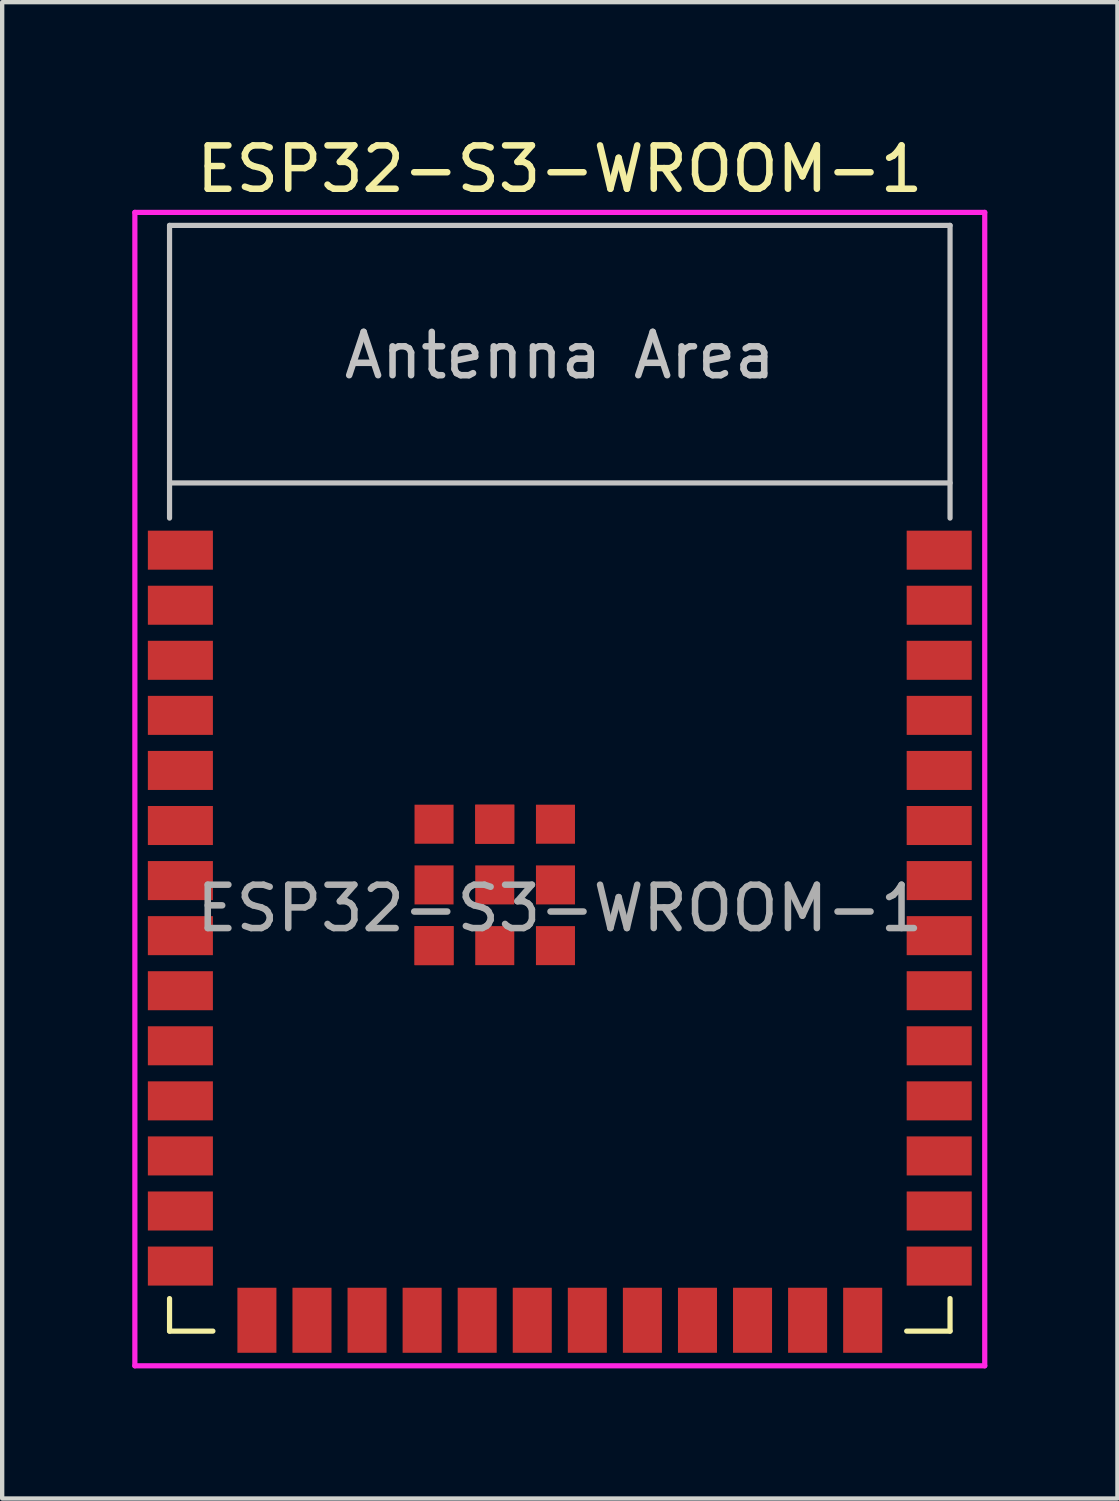
<source format=kicad_pcb>
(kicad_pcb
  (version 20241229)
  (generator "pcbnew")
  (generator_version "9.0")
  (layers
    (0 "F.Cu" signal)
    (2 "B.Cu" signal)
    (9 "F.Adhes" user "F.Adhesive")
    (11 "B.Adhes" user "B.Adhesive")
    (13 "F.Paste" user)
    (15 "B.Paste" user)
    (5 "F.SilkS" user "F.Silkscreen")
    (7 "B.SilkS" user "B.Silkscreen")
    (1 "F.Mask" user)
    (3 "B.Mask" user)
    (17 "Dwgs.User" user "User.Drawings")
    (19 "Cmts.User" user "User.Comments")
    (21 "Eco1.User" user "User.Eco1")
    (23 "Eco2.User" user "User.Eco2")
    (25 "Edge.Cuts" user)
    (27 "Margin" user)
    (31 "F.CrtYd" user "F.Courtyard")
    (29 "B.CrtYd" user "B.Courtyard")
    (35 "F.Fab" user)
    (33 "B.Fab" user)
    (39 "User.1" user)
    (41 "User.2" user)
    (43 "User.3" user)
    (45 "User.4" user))
  (footprint "ESP32-S3-WROOM-1"
    (layer "F.Cu")
    (at 9.86 17.898)
    (property "Reference" "ESP32-S3-WROOM-1" (at 0 -17.05 0) (layer "F.SilkS") (effects (font (size 1 1) (thickness 0.15))))
    (attr smd)
    (fp_line (start -9 9) (end -9 9.75) (stroke (width 0.12) (type solid)) (layer "F.SilkS"))
    (fp_line (start -9 9.75) (end -8 9.75) (stroke (width 0.12) (type solid)) (layer "F.SilkS"))
    (fp_line (start 9 9) (end 9 9.75) (stroke (width 0.12) (type solid)) (layer "F.SilkS"))
    (fp_line (start 9 9.75) (end 8 9.75) (stroke (width 0.12) (type solid)) (layer "F.SilkS"))
    (fp_line (start -9 -15.75) (end -9 -9) (stroke (width 0.12) (type solid)) (layer "Dwgs.User"))
    (fp_line (start -9 -15.75) (end 9 -15.75) (stroke (width 0.12) (type solid)) (layer "Dwgs.User"))
    (fp_line (start 9 -15.75) (end 9 -9) (stroke (width 0.12) (type solid)) (layer "Dwgs.User"))
    (fp_line (start 9 -9.81) (end -9 -9.81) (stroke (width 0.12) (type solid)) (layer "Dwgs.User"))
    (fp_line (start -9 -15.75) (end 9 -15.75) (stroke (width 0.12) (type solid)) (layer "Eco2.User"))
    (fp_line (start -9 -9.81) (end 9 -9.81) (stroke (width 0.12) (type solid)) (layer "Eco2.User"))
    (fp_line (start -9 9.75) (end -9 -15.75) (stroke (width 0.12) (type solid)) (layer "Eco2.User"))
    (fp_line (start 9 -15.75) (end 9 9.75) (stroke (width 0.12) (type solid)) (layer "Eco2.User"))
    (fp_line (start 9 9.75) (end -9 9.75) (stroke (width 0.12) (type solid)) (layer "Eco2.User"))
    (fp_line (start -9.8 -16.05) (end -9.8 10.55) (stroke (width 0.12) (type solid)) (layer "F.CrtYd"))
    (fp_line (start -9.8 10.55) (end 9.8 10.55) (stroke (width 0.12) (type solid)) (layer "F.CrtYd"))
    (fp_line (start 9.8 -16.05) (end -9.8 -16.05) (stroke (width 0.12) (type solid)) (layer "F.CrtYd"))
    (fp_line (start 9.8 -16.05) (end 9.8 10.55) (stroke (width 0.12) (type solid)) (layer "F.CrtYd"))
    (fp_text user "Antenna Area" (at 0 -12.75 0) (layer "Dwgs.User") (effects (font (size 1 1) (thickness 0.15))))
    (fp_text user "Antenna Area" (at 0 -12.75 0) (layer "Eco2.User") (effects (font (size 1 1) (thickness 0.15))))
    (fp_text user "${REFERENCE}" (at 0 0 0) (layer "F.Fab") (effects (font (size 1 1) (thickness 0.15))))
    (pad "1" smd rect (at -8.75 -8.26) (size 1.5 0.9) (layers "F.Cu" "F.Mask" "F.Paste"))
    (pad "2" smd rect (at -8.75 -6.99) (size 1.5 0.9) (layers "F.Cu" "F.Mask" "F.Paste"))
    (pad "3" smd rect (at -8.75 -5.72) (size 1.5 0.9) (layers "F.Cu" "F.Mask" "F.Paste"))
    (pad "4" smd rect (at -8.75 -4.45) (size 1.5 0.9) (layers "F.Cu" "F.Mask" "F.Paste"))
    (pad "5" smd rect (at -8.75 -3.18) (size 1.5 0.9) (layers "F.Cu" "F.Mask" "F.Paste"))
    (pad "6" smd rect (at -8.75 -1.91) (size 1.5 0.9) (layers "F.Cu" "F.Mask" "F.Paste"))
    (pad "7" smd rect (at -8.75 -0.64) (size 1.5 0.9) (layers "F.Cu" "F.Mask" "F.Paste"))
    (pad "8" smd rect (at -8.75 0.63) (size 1.5 0.9) (layers "F.Cu" "F.Mask" "F.Paste"))
    (pad "9" smd rect (at -8.75 1.9) (size 1.5 0.9) (layers "F.Cu" "F.Mask" "F.Paste"))
    (pad "10" smd rect (at -8.75 3.17) (size 1.5 0.9) (layers "F.Cu" "F.Mask" "F.Paste"))
    (pad "11" smd rect (at -8.75 4.44) (size 1.5 0.9) (layers "F.Cu" "F.Mask" "F.Paste"))
    (pad "12" smd rect (at -8.75 5.71) (size 1.5 0.9) (layers "F.Cu" "F.Mask" "F.Paste"))
    (pad "13" smd rect (at -8.75 6.98) (size 1.5 0.9) (layers "F.Cu" "F.Mask" "F.Paste"))
    (pad "14" smd rect (at -8.75 8.25) (size 1.5 0.9) (layers "F.Cu" "F.Mask" "F.Paste"))
    (pad "15" smd rect (at -6.985 9.5 90) (size 1.5 0.9) (layers "F.Cu" "F.Mask" "F.Paste"))
    (pad "16" smd rect (at -5.715 9.5 90) (size 1.5 0.9) (layers "F.Cu" "F.Mask" "F.Paste"))
    (pad "17" smd rect (at -4.445 9.5 90) (size 1.5 0.9) (layers "F.Cu" "F.Mask" "F.Paste"))
    (pad "18" smd rect (at -3.175 9.5 90) (size 1.5 0.9) (layers "F.Cu" "F.Mask" "F.Paste"))
    (pad "19" smd rect (at -1.905 9.5 90) (size 1.5 0.9) (layers "F.Cu" "F.Mask" "F.Paste"))
    (pad "20" smd rect (at -0.635 9.5 90) (size 1.5 0.9) (layers "F.Cu" "F.Mask" "F.Paste"))
    (pad "21" smd rect (at 0.635 9.5 90) (size 1.5 0.9) (layers "F.Cu" "F.Mask" "F.Paste"))
    (pad "22" smd rect (at 1.905 9.5 90) (size 1.5 0.9) (layers "F.Cu" "F.Mask" "F.Paste"))
    (pad "23" smd rect (at 3.175 9.5 90) (size 1.5 0.9) (layers "F.Cu" "F.Mask" "F.Paste"))
    (pad "24" smd rect (at 4.445 9.5 90) (size 1.5 0.9) (layers "F.Cu" "F.Mask" "F.Paste"))
    (pad "25" smd rect (at 5.715 9.5 90) (size 1.5 0.9) (layers "F.Cu" "F.Mask" "F.Paste"))
    (pad "26" smd rect (at 6.985 9.5 90) (size 1.5 0.9) (layers "F.Cu" "F.Mask" "F.Paste"))
    (pad "27" smd rect (at 8.75 8.25 180) (size 1.5 0.9) (layers "F.Cu" "F.Mask" "F.Paste"))
    (pad "28" smd rect (at 8.75 6.98 180) (size 1.5 0.9) (layers "F.Cu" "F.Mask" "F.Paste"))
    (pad "29" smd rect (at 8.75 5.71 180) (size 1.5 0.9) (layers "F.Cu" "F.Mask" "F.Paste"))
    (pad "30" smd rect (at 8.75 4.44 180) (size 1.5 0.9) (layers "F.Cu" "F.Mask" "F.Paste"))
    (pad "31" smd rect (at 8.75 3.17 180) (size 1.5 0.9) (layers "F.Cu" "F.Mask" "F.Paste"))
    (pad "32" smd rect (at 8.75 1.9 180) (size 1.5 0.9) (layers "F.Cu" "F.Mask" "F.Paste"))
    (pad "33" smd rect (at 8.75 0.63 180) (size 1.5 0.9) (layers "F.Cu" "F.Mask" "F.Paste"))
    (pad "34" smd rect (at 8.75 -0.64 180) (size 1.5 0.9) (layers "F.Cu" "F.Mask" "F.Paste"))
    (pad "35" smd rect (at 8.75 -1.91 180) (size 1.5 0.9) (layers "F.Cu" "F.Mask" "F.Paste"))
    (pad "36" smd rect (at 8.75 -3.18 180) (size 1.5 0.9) (layers "F.Cu" "F.Mask" "F.Paste"))
    (pad "37" smd rect (at 8.75 -4.45 180) (size 1.5 0.9) (layers "F.Cu" "F.Mask" "F.Paste"))
    (pad "38" smd rect (at 8.75 -5.72 180) (size 1.5 0.9) (layers "F.Cu" "F.Mask" "F.Paste"))
    (pad "39" smd rect (at 8.75 -6.99 180) (size 1.5 0.9) (layers "F.Cu" "F.Mask" "F.Paste"))
    (pad "40" smd rect (at 8.75 -8.26 180) (size 1.5 0.9) (layers "F.Cu" "F.Mask" "F.Paste"))
    (pad "41" smd rect (at -2.9 -1.94 180) (size 0.9 0.9) (layers "F.Cu" "F.Mask" "F.Paste"))
    (pad "41" smd rect (at -2.9 -0.54 180) (size 0.9 0.9) (layers "F.Cu" "F.Mask" "F.Paste"))
    (pad "41" smd rect (at -2.9 0.86 180) (size 0.9 0.9) (layers "F.Cu" "F.Mask" "F.Paste"))
    (pad "41" smd rect (at -2.9 0.86 180) (size 0.9 0.9) (layers "F.Cu" "F.Mask" "F.Paste"))
    (pad "41" smd rect (at -1.5 -1.94 180) (size 0.9 0.9) (layers "F.Cu" "F.Mask" "F.Paste"))
    (pad "41" smd rect (at -1.5 -1.94 180) (size 0.9 0.9) (layers "F.Cu" "F.Mask" "F.Paste"))
    (pad "41" smd rect (at -1.5 -0.54 180) (size 0.9 0.9) (layers "F.Cu" "F.Mask" "F.Paste"))
    (pad "41" smd rect (at -1.5 0.86 180) (size 0.9 0.9) (layers "F.Cu" "F.Mask" "F.Paste"))
    (pad "41" smd rect (at -0.1 -1.94 180) (size 0.9 0.9) (layers "F.Cu" "F.Mask" "F.Paste"))
    (pad "41" smd rect (at -0.1 -0.54 180) (size 0.9 0.9) (layers "F.Cu" "F.Mask" "F.Paste"))
    (pad "41" smd rect (at -0.1 0.86 180) (size 0.9 0.9) (layers "F.Cu" "F.Mask" "F.Paste"))
    (zone (net_name "") (layers "F.Cu" "B.Cu") (name "antenna keepout") (hatch edge 0.508) (connect_pads) (min_thickness 0.254) (filled_areas_thickness no) (keepout (tracks not_allowed) (vias not_allowed) (pads not_allowed) (copperpour not_allowed) (footprints not_allowed)) (placement (enabled no)) (fill) (polygon (pts (xy 18.86 8.098) (xy 0.86 8.098) (xy 0.86 2.148) (xy 18.86 2.148)))))
  (gr_rect
    (start -3 -3)
    (end 22.72 31.508)
    (stroke (width 0.1) (type default))
    (fill no)
    (layer "Edge.Cuts")))
</source>
